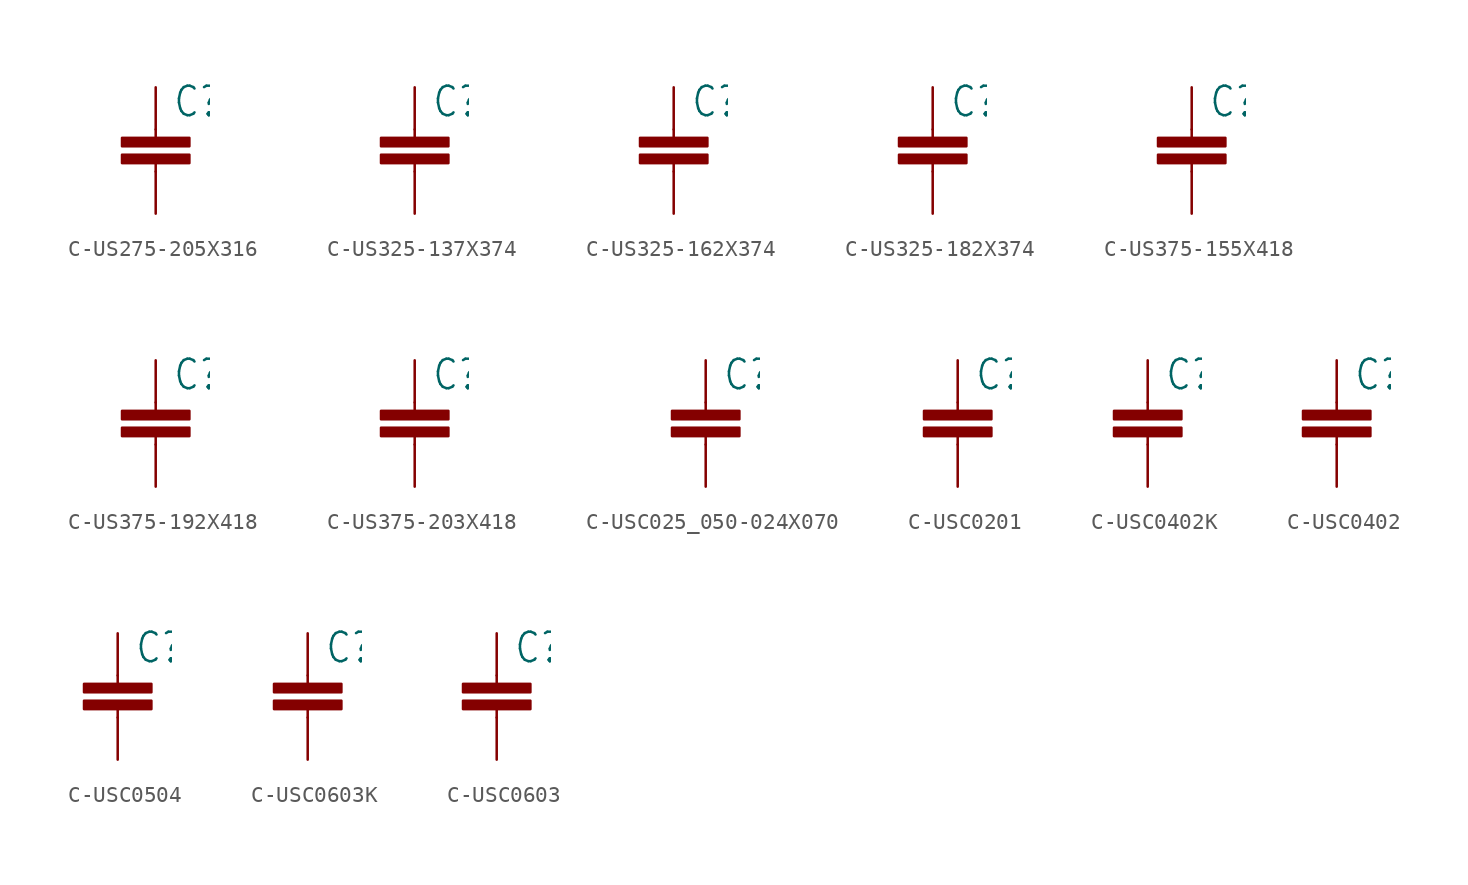
<source format=kicad_sym>
(kicad_symbol_lib
  (version 20231120)
  (generator "kicad_symbol_editor")
  (generator_version "8.99")
  (symbol "C-US275-205X316"
    (property "Reference" "C"
      (at 1.016 0.635 0)
      (effects (font (size 1.778 1.511)) (justify left bottom)))
    (property "Value" ""
      (at 1.016 -4.191 0)
      (effects (font (size 1.778 1.511)) (justify left bottom)))
    (property "ki_locked" ""
      (at 0 0 0)
      (effects (font (size 1.27 1.27))))
    (symbol "C-US275-205X316_1_0"
      (rectangle (start -2.032 -2.032) (end 2.032 -1.524) (stroke (width 0) (type default)) (fill (type outline)))
      (rectangle (start -2.032 -1.016) (end 2.032 -0.508) (stroke (width 0) (type default)) (fill (type outline)))
      (polyline (pts (xy 0 -2.54) (xy 0 -2.032)) (stroke (width 0.152) (type solid)) (fill (type none)))
      (polyline (pts (xy 0 0) (xy 0 -0.508)) (stroke (width 0.152) (type solid)) (fill (type none)))
      (pin passive line (at 0 2.54 270) (length 2.54) (name "1" (effects (font (size 0 0)))) (number "1" (effects (font (size 0 0)))))
      (pin passive line (at 0 -5.08 90) (length 2.54) (name "2" (effects (font (size 0 0)))) (number "2" (effects (font (size 0 0)))))))
  (symbol "C-US325-137X374"
    (property "Reference" "C"
      (at 1.016 0.635 0)
      (effects (font (size 1.778 1.511)) (justify left bottom)))
    (property "Value" ""
      (at 1.016 -4.191 0)
      (effects (font (size 1.778 1.511)) (justify left bottom)))
    (property "ki_locked" ""
      (at 0 0 0)
      (effects (font (size 1.27 1.27))))
    (symbol "C-US325-137X374_1_0"
      (rectangle (start -2.032 -2.032) (end 2.032 -1.524) (stroke (width 0) (type default)) (fill (type outline)))
      (rectangle (start -2.032 -1.016) (end 2.032 -0.508) (stroke (width 0) (type default)) (fill (type outline)))
      (polyline (pts (xy 0 -2.54) (xy 0 -2.032)) (stroke (width 0.152) (type solid)) (fill (type none)))
      (polyline (pts (xy 0 0) (xy 0 -0.508)) (stroke (width 0.152) (type solid)) (fill (type none)))
      (pin passive line (at 0 2.54 270) (length 2.54) (name "1" (effects (font (size 0 0)))) (number "1" (effects (font (size 0 0)))))
      (pin passive line (at 0 -5.08 90) (length 2.54) (name "2" (effects (font (size 0 0)))) (number "2" (effects (font (size 0 0)))))))
  (symbol "C-US325-162X374"
    (property "Reference" "C"
      (at 1.016 0.635 0)
      (effects (font (size 1.778 1.511)) (justify left bottom)))
    (property "Value" ""
      (at 1.016 -4.191 0)
      (effects (font (size 1.778 1.511)) (justify left bottom)))
    (property "ki_locked" ""
      (at 0 0 0)
      (effects (font (size 1.27 1.27))))
    (symbol "C-US325-162X374_1_0"
      (rectangle (start -2.032 -2.032) (end 2.032 -1.524) (stroke (width 0) (type default)) (fill (type outline)))
      (rectangle (start -2.032 -1.016) (end 2.032 -0.508) (stroke (width 0) (type default)) (fill (type outline)))
      (polyline (pts (xy 0 -2.54) (xy 0 -2.032)) (stroke (width 0.152) (type solid)) (fill (type none)))
      (polyline (pts (xy 0 0) (xy 0 -0.508)) (stroke (width 0.152) (type solid)) (fill (type none)))
      (pin passive line (at 0 2.54 270) (length 2.54) (name "1" (effects (font (size 0 0)))) (number "1" (effects (font (size 0 0)))))
      (pin passive line (at 0 -5.08 90) (length 2.54) (name "2" (effects (font (size 0 0)))) (number "2" (effects (font (size 0 0)))))))
  (symbol "C-US325-182X374"
    (property "Reference" "C"
      (at 1.016 0.635 0)
      (effects (font (size 1.778 1.511)) (justify left bottom)))
    (property "Value" ""
      (at 1.016 -4.191 0)
      (effects (font (size 1.778 1.511)) (justify left bottom)))
    (property "ki_locked" ""
      (at 0 0 0)
      (effects (font (size 1.27 1.27))))
    (symbol "C-US325-182X374_1_0"
      (rectangle (start -2.032 -2.032) (end 2.032 -1.524) (stroke (width 0) (type default)) (fill (type outline)))
      (rectangle (start -2.032 -1.016) (end 2.032 -0.508) (stroke (width 0) (type default)) (fill (type outline)))
      (polyline (pts (xy 0 -2.54) (xy 0 -2.032)) (stroke (width 0.152) (type solid)) (fill (type none)))
      (polyline (pts (xy 0 0) (xy 0 -0.508)) (stroke (width 0.152) (type solid)) (fill (type none)))
      (pin passive line (at 0 2.54 270) (length 2.54) (name "1" (effects (font (size 0 0)))) (number "1" (effects (font (size 0 0)))))
      (pin passive line (at 0 -5.08 90) (length 2.54) (name "2" (effects (font (size 0 0)))) (number "2" (effects (font (size 0 0)))))))
  (symbol "C-US375-155X418"
    (property "Reference" "C"
      (at 1.016 0.635 0)
      (effects (font (size 1.778 1.511)) (justify left bottom)))
    (property "Value" ""
      (at 1.016 -4.191 0)
      (effects (font (size 1.778 1.511)) (justify left bottom)))
    (property "ki_locked" ""
      (at 0 0 0)
      (effects (font (size 1.27 1.27))))
    (symbol "C-US375-155X418_1_0"
      (rectangle (start -2.032 -2.032) (end 2.032 -1.524) (stroke (width 0) (type default)) (fill (type outline)))
      (rectangle (start -2.032 -1.016) (end 2.032 -0.508) (stroke (width 0) (type default)) (fill (type outline)))
      (polyline (pts (xy 0 -2.54) (xy 0 -2.032)) (stroke (width 0.152) (type solid)) (fill (type none)))
      (polyline (pts (xy 0 0) (xy 0 -0.508)) (stroke (width 0.152) (type solid)) (fill (type none)))
      (pin passive line (at 0 2.54 270) (length 2.54) (name "1" (effects (font (size 0 0)))) (number "1" (effects (font (size 0 0)))))
      (pin passive line (at 0 -5.08 90) (length 2.54) (name "2" (effects (font (size 0 0)))) (number "2" (effects (font (size 0 0)))))))
  (symbol "C-US375-192X418"
    (property "Reference" "C"
      (at 1.016 0.635 0)
      (effects (font (size 1.778 1.511)) (justify left bottom)))
    (property "Value" ""
      (at 1.016 -4.191 0)
      (effects (font (size 1.778 1.511)) (justify left bottom)))
    (property "ki_locked" ""
      (at 0 0 0)
      (effects (font (size 1.27 1.27))))
    (symbol "C-US375-192X418_1_0"
      (rectangle (start -2.032 -2.032) (end 2.032 -1.524) (stroke (width 0) (type default)) (fill (type outline)))
      (rectangle (start -2.032 -1.016) (end 2.032 -0.508) (stroke (width 0) (type default)) (fill (type outline)))
      (polyline (pts (xy 0 -2.54) (xy 0 -2.032)) (stroke (width 0.152) (type solid)) (fill (type none)))
      (polyline (pts (xy 0 0) (xy 0 -0.508)) (stroke (width 0.152) (type solid)) (fill (type none)))
      (pin passive line (at 0 2.54 270) (length 2.54) (name "1" (effects (font (size 0 0)))) (number "1" (effects (font (size 0 0)))))
      (pin passive line (at 0 -5.08 90) (length 2.54) (name "2" (effects (font (size 0 0)))) (number "2" (effects (font (size 0 0)))))))
  (symbol "C-US375-203X418"
    (property "Reference" "C"
      (at 1.016 0.635 0)
      (effects (font (size 1.778 1.511)) (justify left bottom)))
    (property "Value" ""
      (at 1.016 -4.191 0)
      (effects (font (size 1.778 1.511)) (justify left bottom)))
    (property "ki_locked" ""
      (at 0 0 0)
      (effects (font (size 1.27 1.27))))
    (symbol "C-US375-203X418_1_0"
      (rectangle (start -2.032 -2.032) (end 2.032 -1.524) (stroke (width 0) (type default)) (fill (type outline)))
      (rectangle (start -2.032 -1.016) (end 2.032 -0.508) (stroke (width 0) (type default)) (fill (type outline)))
      (polyline (pts (xy 0 -2.54) (xy 0 -2.032)) (stroke (width 0.152) (type solid)) (fill (type none)))
      (polyline (pts (xy 0 0) (xy 0 -0.508)) (stroke (width 0.152) (type solid)) (fill (type none)))
      (pin passive line (at 0 2.54 270) (length 2.54) (name "1" (effects (font (size 0 0)))) (number "1" (effects (font (size 0 0)))))
      (pin passive line (at 0 -5.08 90) (length 2.54) (name "2" (effects (font (size 0 0)))) (number "2" (effects (font (size 0 0)))))))
  (symbol "C-USC025_050-024X070"
    (property "Reference" "C"
      (at 1.016 0.635 0)
      (effects (font (size 1.778 1.511)) (justify left bottom)))
    (property "Value" ""
      (at 1.016 -4.191 0)
      (effects (font (size 1.778 1.511)) (justify left bottom)))
    (property "ki_locked" ""
      (at 0 0 0)
      (effects (font (size 1.27 1.27))))
    (symbol "C-USC025_050-024X070_1_0"
      (rectangle (start -2.032 -2.032) (end 2.032 -1.524) (stroke (width 0) (type default)) (fill (type outline)))
      (rectangle (start -2.032 -1.016) (end 2.032 -0.508) (stroke (width 0) (type default)) (fill (type outline)))
      (polyline (pts (xy 0 -2.54) (xy 0 -2.032)) (stroke (width 0.152) (type solid)) (fill (type none)))
      (polyline (pts (xy 0 0) (xy 0 -0.508)) (stroke (width 0.152) (type solid)) (fill (type none)))
      (pin passive line (at 0 2.54 270) (length 2.54) (name "1" (effects (font (size 0 0)))) (number "1" (effects (font (size 0 0)))))
      (pin passive line (at 0 -5.08 90) (length 2.54) (name "2" (effects (font (size 0 0)))) (number "2" (effects (font (size 0 0)))))))
  (symbol "C-USC0201"
    (property "Reference" "C"
      (at 1.016 0.635 0)
      (effects (font (size 1.778 1.511)) (justify left bottom)))
    (property "Value" ""
      (at 1.016 -4.191 0)
      (effects (font (size 1.778 1.511)) (justify left bottom)))
    (property "ki_locked" ""
      (at 0 0 0)
      (effects (font (size 1.27 1.27))))
    (symbol "C-USC0201_1_0"
      (rectangle (start -2.032 -2.032) (end 2.032 -1.524) (stroke (width 0) (type default)) (fill (type outline)))
      (rectangle (start -2.032 -1.016) (end 2.032 -0.508) (stroke (width 0) (type default)) (fill (type outline)))
      (polyline (pts (xy 0 -2.54) (xy 0 -2.032)) (stroke (width 0.152) (type solid)) (fill (type none)))
      (polyline (pts (xy 0 0) (xy 0 -0.508)) (stroke (width 0.152) (type solid)) (fill (type none)))
      (pin passive line (at 0 2.54 270) (length 2.54) (name "1" (effects (font (size 0 0)))) (number "1" (effects (font (size 0 0)))))
      (pin passive line (at 0 -5.08 90) (length 2.54) (name "2" (effects (font (size 0 0)))) (number "2" (effects (font (size 0 0)))))))
  (symbol "C-USC0402K"
    (property "Reference" "C"
      (at 1.016 0.635 0)
      (effects (font (size 1.778 1.511)) (justify left bottom)))
    (property "Value" ""
      (at 1.016 -4.191 0)
      (effects (font (size 1.778 1.511)) (justify left bottom)))
    (property "ki_locked" ""
      (at 0 0 0)
      (effects (font (size 1.27 1.27))))
    (symbol "C-USC0402K_1_0"
      (rectangle (start -2.032 -2.032) (end 2.032 -1.524) (stroke (width 0) (type default)) (fill (type outline)))
      (rectangle (start -2.032 -1.016) (end 2.032 -0.508) (stroke (width 0) (type default)) (fill (type outline)))
      (polyline (pts (xy 0 -2.54) (xy 0 -2.032)) (stroke (width 0.152) (type solid)) (fill (type none)))
      (polyline (pts (xy 0 0) (xy 0 -0.508)) (stroke (width 0.152) (type solid)) (fill (type none)))
      (pin passive line (at 0 2.54 270) (length 2.54) (name "1" (effects (font (size 0 0)))) (number "1" (effects (font (size 0 0)))))
      (pin passive line (at 0 -5.08 90) (length 2.54) (name "2" (effects (font (size 0 0)))) (number "2" (effects (font (size 0 0)))))))
  (symbol "C-USC0402"
    (property "Reference" "C"
      (at 1.016 0.635 0)
      (effects (font (size 1.778 1.511)) (justify left bottom)))
    (property "Value" ""
      (at 1.016 -4.191 0)
      (effects (font (size 1.778 1.511)) (justify left bottom)))
    (property "ki_locked" ""
      (at 0 0 0)
      (effects (font (size 1.27 1.27))))
    (symbol "C-USC0402_1_0"
      (rectangle (start -2.032 -2.032) (end 2.032 -1.524) (stroke (width 0) (type default)) (fill (type outline)))
      (rectangle (start -2.032 -1.016) (end 2.032 -0.508) (stroke (width 0) (type default)) (fill (type outline)))
      (polyline (pts (xy 0 -2.54) (xy 0 -2.032)) (stroke (width 0.152) (type solid)) (fill (type none)))
      (polyline (pts (xy 0 0) (xy 0 -0.508)) (stroke (width 0.152) (type solid)) (fill (type none)))
      (pin passive line (at 0 2.54 270) (length 2.54) (name "1" (effects (font (size 0 0)))) (number "1" (effects (font (size 0 0)))))
      (pin passive line (at 0 -5.08 90) (length 2.54) (name "2" (effects (font (size 0 0)))) (number "2" (effects (font (size 0 0)))))))
  (symbol "C-USC0504"
    (property "Reference" "C"
      (at 1.016 0.635 0)
      (effects (font (size 1.778 1.511)) (justify left bottom)))
    (property "Value" ""
      (at 1.016 -4.191 0)
      (effects (font (size 1.778 1.511)) (justify left bottom)))
    (property "ki_locked" ""
      (at 0 0 0)
      (effects (font (size 1.27 1.27))))
    (symbol "C-USC0504_1_0"
      (rectangle (start -2.032 -2.032) (end 2.032 -1.524) (stroke (width 0) (type default)) (fill (type outline)))
      (rectangle (start -2.032 -1.016) (end 2.032 -0.508) (stroke (width 0) (type default)) (fill (type outline)))
      (polyline (pts (xy 0 -2.54) (xy 0 -2.032)) (stroke (width 0.152) (type solid)) (fill (type none)))
      (polyline (pts (xy 0 0) (xy 0 -0.508)) (stroke (width 0.152) (type solid)) (fill (type none)))
      (pin passive line (at 0 2.54 270) (length 2.54) (name "1" (effects (font (size 0 0)))) (number "1" (effects (font (size 0 0)))))
      (pin passive line (at 0 -5.08 90) (length 2.54) (name "2" (effects (font (size 0 0)))) (number "2" (effects (font (size 0 0)))))))
  (symbol "C-USC0603K"
    (property "Reference" "C"
      (at 1.016 0.635 0)
      (effects (font (size 1.778 1.511)) (justify left bottom)))
    (property "Value" ""
      (at 1.016 -4.191 0)
      (effects (font (size 1.778 1.511)) (justify left bottom)))
    (property "ki_locked" ""
      (at 0 0 0)
      (effects (font (size 1.27 1.27))))
    (symbol "C-USC0603K_1_0"
      (rectangle (start -2.032 -2.032) (end 2.032 -1.524) (stroke (width 0) (type default)) (fill (type outline)))
      (rectangle (start -2.032 -1.016) (end 2.032 -0.508) (stroke (width 0) (type default)) (fill (type outline)))
      (polyline (pts (xy 0 -2.54) (xy 0 -2.032)) (stroke (width 0.152) (type solid)) (fill (type none)))
      (polyline (pts (xy 0 0) (xy 0 -0.508)) (stroke (width 0.152) (type solid)) (fill (type none)))
      (pin passive line (at 0 2.54 270) (length 2.54) (name "1" (effects (font (size 0 0)))) (number "1" (effects (font (size 0 0)))))
      (pin passive line (at 0 -5.08 90) (length 2.54) (name "2" (effects (font (size 0 0)))) (number "2" (effects (font (size 0 0)))))))
  (symbol "C-USC0603"
    (property "Reference" "C"
      (at 1.016 0.635 0)
      (effects (font (size 1.778 1.511)) (justify left bottom)))
    (property "Value" ""
      (at 1.016 -4.191 0)
      (effects (font (size 1.778 1.511)) (justify left bottom)))
    (property "ki_locked" ""
      (at 0 0 0)
      (effects (font (size 1.27 1.27))))
    (symbol "C-USC0603_1_0"
      (rectangle (start -2.032 -2.032) (end 2.032 -1.524) (stroke (width 0) (type default)) (fill (type outline)))
      (rectangle (start -2.032 -1.016) (end 2.032 -0.508) (stroke (width 0) (type default)) (fill (type outline)))
      (polyline (pts (xy 0 -2.54) (xy 0 -2.032)) (stroke (width 0.152) (type solid)) (fill (type none)))
      (polyline (pts (xy 0 0) (xy 0 -0.508)) (stroke (width 0.152) (type solid)) (fill (type none)))
      (pin passive line (at 0 2.54 270) (length 2.54) (name "1" (effects (font (size 0 0)))) (number "1" (effects (font (size 0 0)))))
      (pin passive line (at 0 -5.08 90) (length 2.54) (name "2" (effects (font (size 0 0)))) (number "2" (effects (font (size 0 0))))))))
</source>
